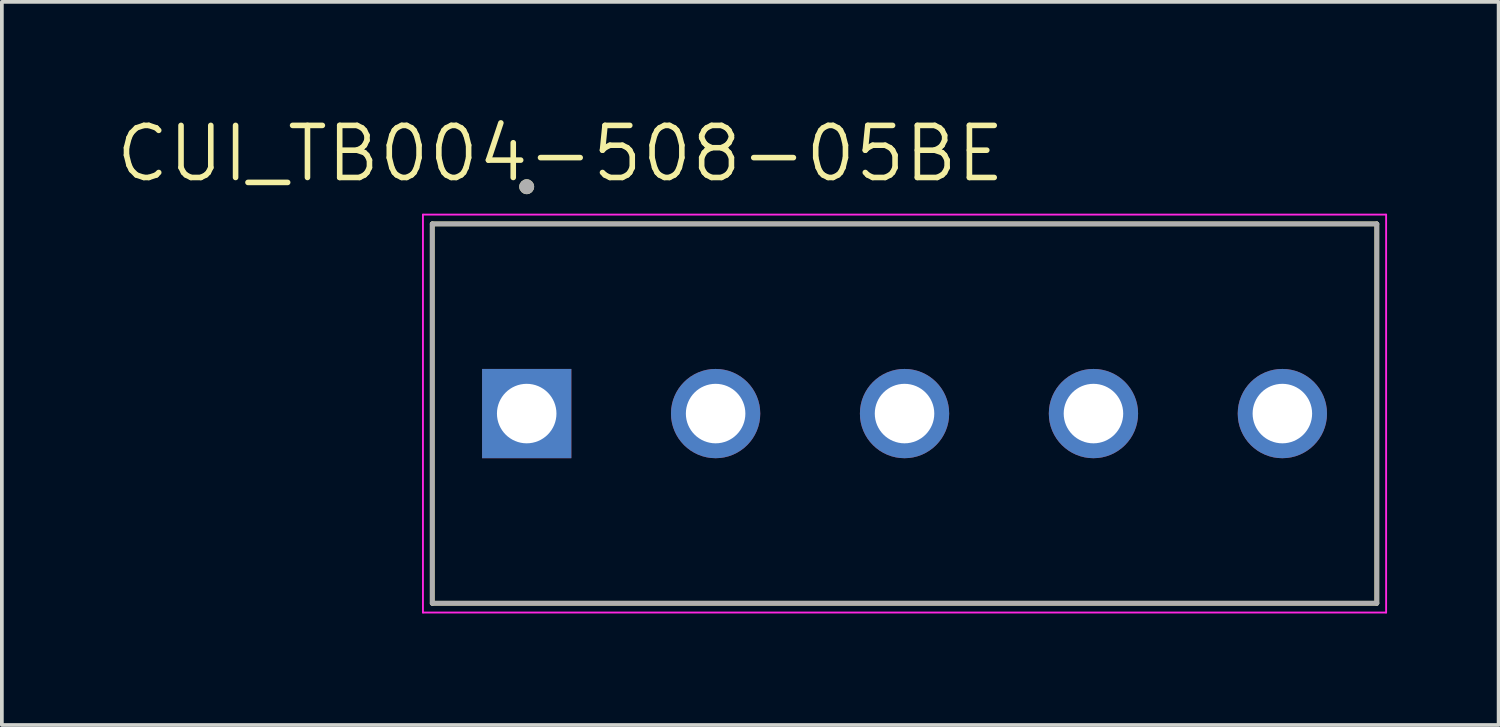
<source format=kicad_pcb>
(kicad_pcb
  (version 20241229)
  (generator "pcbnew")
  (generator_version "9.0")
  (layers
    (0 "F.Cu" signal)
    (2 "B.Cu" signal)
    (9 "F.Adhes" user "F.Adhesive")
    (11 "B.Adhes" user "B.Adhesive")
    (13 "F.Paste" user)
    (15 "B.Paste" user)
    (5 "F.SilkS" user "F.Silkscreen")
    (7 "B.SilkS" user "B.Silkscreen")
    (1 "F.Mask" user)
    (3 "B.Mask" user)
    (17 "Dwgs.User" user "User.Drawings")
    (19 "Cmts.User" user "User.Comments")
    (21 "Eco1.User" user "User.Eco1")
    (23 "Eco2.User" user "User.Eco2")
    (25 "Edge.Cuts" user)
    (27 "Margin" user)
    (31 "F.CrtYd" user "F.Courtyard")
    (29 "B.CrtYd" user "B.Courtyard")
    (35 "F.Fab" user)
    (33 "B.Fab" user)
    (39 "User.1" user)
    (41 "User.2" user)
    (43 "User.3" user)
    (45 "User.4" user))
  (footprint "CUI_TB004-508-05BE"
    (layer "F.Cu")
    (at 11.113 8.071)
    (property "Reference" "CUI_TB004-508-05BE" (at 0.905 -6.989 0) (layer "F.SilkS") (effects (font (size 1.4 1.4) (thickness 0.15))))
    (attr through_hole)
    (fp_line (start -2.54 -5.1) (end 22.86 -5.1) (stroke (width 0.127) (type solid)) (layer "F.SilkS"))
    (fp_line (start -2.54 5.1) (end -2.54 -5.1) (stroke (width 0.127) (type solid)) (layer "F.SilkS"))
    (fp_line (start 22.86 -5.1) (end 22.86 5.1) (stroke (width 0.127) (type solid)) (layer "F.SilkS"))
    (fp_line (start 22.86 5.1) (end -2.54 5.1) (stroke (width 0.127) (type solid)) (layer "F.SilkS"))
    (fp_circle (center 0 -6.1) (end 0.1 -6.1) (stroke (width 0.2) (type solid)) (fill no) (layer "F.SilkS"))
    (fp_line (start -2.79 -5.35) (end 23.11 -5.35) (stroke (width 0.05) (type solid)) (layer "F.CrtYd"))
    (fp_line (start -2.79 5.35) (end -2.79 -5.35) (stroke (width 0.05) (type solid)) (layer "F.CrtYd"))
    (fp_line (start 23.11 -5.35) (end 23.11 5.35) (stroke (width 0.05) (type solid)) (layer "F.CrtYd"))
    (fp_line (start 23.11 5.35) (end -2.79 5.35) (stroke (width 0.05) (type solid)) (layer "F.CrtYd"))
    (fp_line (start -2.54 -5.1) (end 22.86 -5.1) (stroke (width 0.127) (type solid)) (layer "F.Fab"))
    (fp_line (start -2.54 5.1) (end -2.54 -5.1) (stroke (width 0.127) (type solid)) (layer "F.Fab"))
    (fp_line (start 22.86 -5.1) (end 22.86 5.1) (stroke (width 0.127) (type solid)) (layer "F.Fab"))
    (fp_line (start 22.86 5.1) (end -2.54 5.1) (stroke (width 0.127) (type solid)) (layer "F.Fab"))
    (fp_circle (center 0 -6.1) (end 0.1 -6.1) (stroke (width 0.2) (type solid)) (fill no) (layer "F.Fab"))
    (pad "1" thru_hole rect (at 0 0) (size 2.4 2.4) (drill 1.6) (layers "*.Cu" "*.Mask"))
    (pad "2" thru_hole circle (at 5.08 0) (size 2.4 2.4) (drill 1.6) (layers "*.Cu" "*.Mask"))
    (pad "3" thru_hole circle (at 10.16 0) (size 2.4 2.4) (drill 1.6) (layers "*.Cu" "*.Mask"))
    (pad "4" thru_hole circle (at 15.24 0) (size 2.4 2.4) (drill 1.6) (layers "*.Cu" "*.Mask"))
    (pad "5" thru_hole circle (at 20.32 0) (size 2.4 2.4) (drill 1.6) (layers "*.Cu" "*.Mask")))
  (gr_rect
    (start -3 -3)
    (end 37.248 16.446)
    (stroke (width 0.1) (type default))
    (fill no)
    (layer "Edge.Cuts")))
</source>
